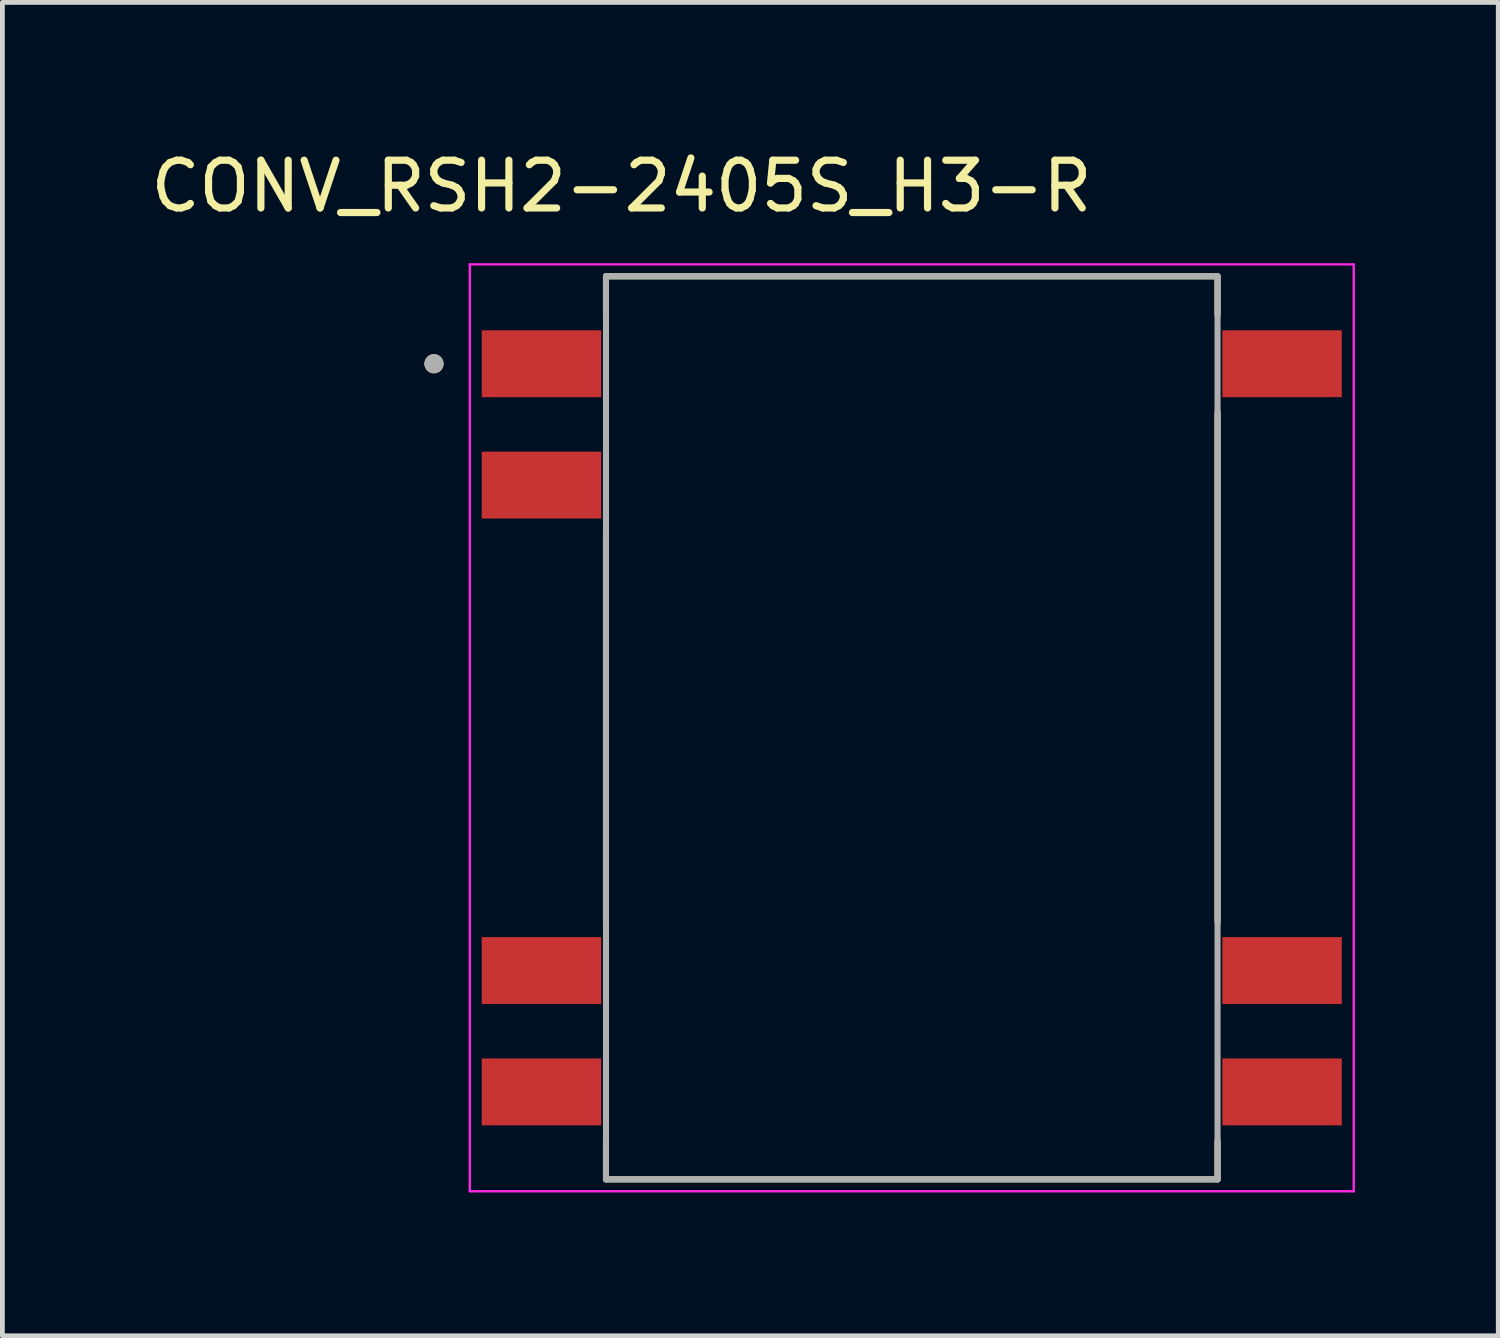
<source format=kicad_pcb>
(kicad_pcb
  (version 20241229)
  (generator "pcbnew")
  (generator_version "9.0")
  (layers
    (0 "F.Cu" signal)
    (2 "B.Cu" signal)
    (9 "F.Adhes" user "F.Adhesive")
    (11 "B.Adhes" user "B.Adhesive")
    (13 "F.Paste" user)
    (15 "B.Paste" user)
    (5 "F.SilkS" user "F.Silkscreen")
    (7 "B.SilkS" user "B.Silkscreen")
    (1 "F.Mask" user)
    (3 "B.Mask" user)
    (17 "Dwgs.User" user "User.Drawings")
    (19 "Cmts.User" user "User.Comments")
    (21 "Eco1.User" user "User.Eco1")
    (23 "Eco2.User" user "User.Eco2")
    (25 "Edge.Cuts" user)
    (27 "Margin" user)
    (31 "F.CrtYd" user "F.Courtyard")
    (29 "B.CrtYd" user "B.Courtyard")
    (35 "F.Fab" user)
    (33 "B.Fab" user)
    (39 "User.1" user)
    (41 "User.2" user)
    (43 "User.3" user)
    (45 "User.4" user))
  (footprint "CONV_RSH2-2405S_H3-R"
    (layer "F.Cu")
    (at 16.033 12.183)
    (property "Reference" "CONV_RSH2-2405S_H3-R" (at -6.075 -11.335 0) (layer "F.SilkS") (effects (font (size 1 1) (thickness 0.15))))
    (attr smd)
    (fp_line (start -6.4 -9.45) (end 6.4 -9.45) (stroke (width 0.127) (type solid)) (layer "F.SilkS"))
    (fp_line (start -6.4 -8.64) (end -6.4 -9.45) (stroke (width 0.127) (type solid)) (layer "F.SilkS"))
    (fp_line (start -6.4 4.06) (end -6.4 -4.06) (stroke (width 0.127) (type solid)) (layer "F.SilkS"))
    (fp_line (start -6.4 9.45) (end -6.4 8.64) (stroke (width 0.127) (type solid)) (layer "F.SilkS"))
    (fp_line (start 6.4 -9.45) (end 6.4 -8.64) (stroke (width 0.127) (type solid)) (layer "F.SilkS"))
    (fp_line (start 6.4 -6.6) (end 6.4 4.06) (stroke (width 0.127) (type solid)) (layer "F.SilkS"))
    (fp_line (start 6.4 9.45) (end -6.4 9.45) (stroke (width 0.127) (type solid)) (layer "F.SilkS"))
    (fp_line (start 6.4 9.45) (end 6.4 8.64) (stroke (width 0.127) (type solid)) (layer "F.SilkS"))
    (fp_circle (center -10 -7.62) (end -9.9 -7.62) (stroke (width 0.2) (type solid)) (fill no) (layer "F.SilkS"))
    (fp_line (start -9.25 -9.7) (end -9.25 9.7) (stroke (width 0.05) (type solid)) (layer "F.CrtYd"))
    (fp_line (start -9.25 9.7) (end 9.25 9.7) (stroke (width 0.05) (type solid)) (layer "F.CrtYd"))
    (fp_line (start 9.25 -9.7) (end -9.25 -9.7) (stroke (width 0.05) (type solid)) (layer "F.CrtYd"))
    (fp_line (start 9.25 9.7) (end 9.25 -9.7) (stroke (width 0.05) (type solid)) (layer "F.CrtYd"))
    (fp_line (start -6.4 -9.45) (end 6.4 -9.45) (stroke (width 0.127) (type solid)) (layer "F.Fab"))
    (fp_line (start -6.4 9.45) (end -6.4 -9.45) (stroke (width 0.127) (type solid)) (layer "F.Fab"))
    (fp_line (start 6.4 -9.45) (end 6.4 9.45) (stroke (width 0.127) (type solid)) (layer "F.Fab"))
    (fp_line (start 6.4 9.45) (end -6.4 9.45) (stroke (width 0.127) (type solid)) (layer "F.Fab"))
    (fp_circle (center -10 -7.62) (end -9.9 -7.62) (stroke (width 0.2) (type solid)) (fill no) (layer "F.Fab"))
    (pad "1" smd rect (at -7.75 -7.62) (size 2.5 1.4) (layers "F.Cu" "F.Mask" "F.Paste"))
    (pad "2" smd rect (at -7.75 -5.08) (size 2.5 1.4) (layers "F.Cu" "F.Mask" "F.Paste"))
    (pad "6" smd rect (at -7.75 5.08) (size 2.5 1.4) (layers "F.Cu" "F.Mask" "F.Paste"))
    (pad "7" smd rect (at -7.75 7.62) (size 2.5 1.4) (layers "F.Cu" "F.Mask" "F.Paste"))
    (pad "8" smd rect (at 7.75 7.62) (size 2.5 1.4) (layers "F.Cu" "F.Mask" "F.Paste"))
    (pad "9" smd rect (at 7.75 5.08) (size 2.5 1.4) (layers "F.Cu" "F.Mask" "F.Paste"))
    (pad "14" smd rect (at 7.75 -7.62) (size 2.5 1.4) (layers "F.Cu" "F.Mask" "F.Paste")))
  (gr_rect
    (start -3 -3)
    (end 28.308 24.908)
    (stroke (width 0.1) (type default))
    (fill no)
    (layer "Edge.Cuts")))
</source>
